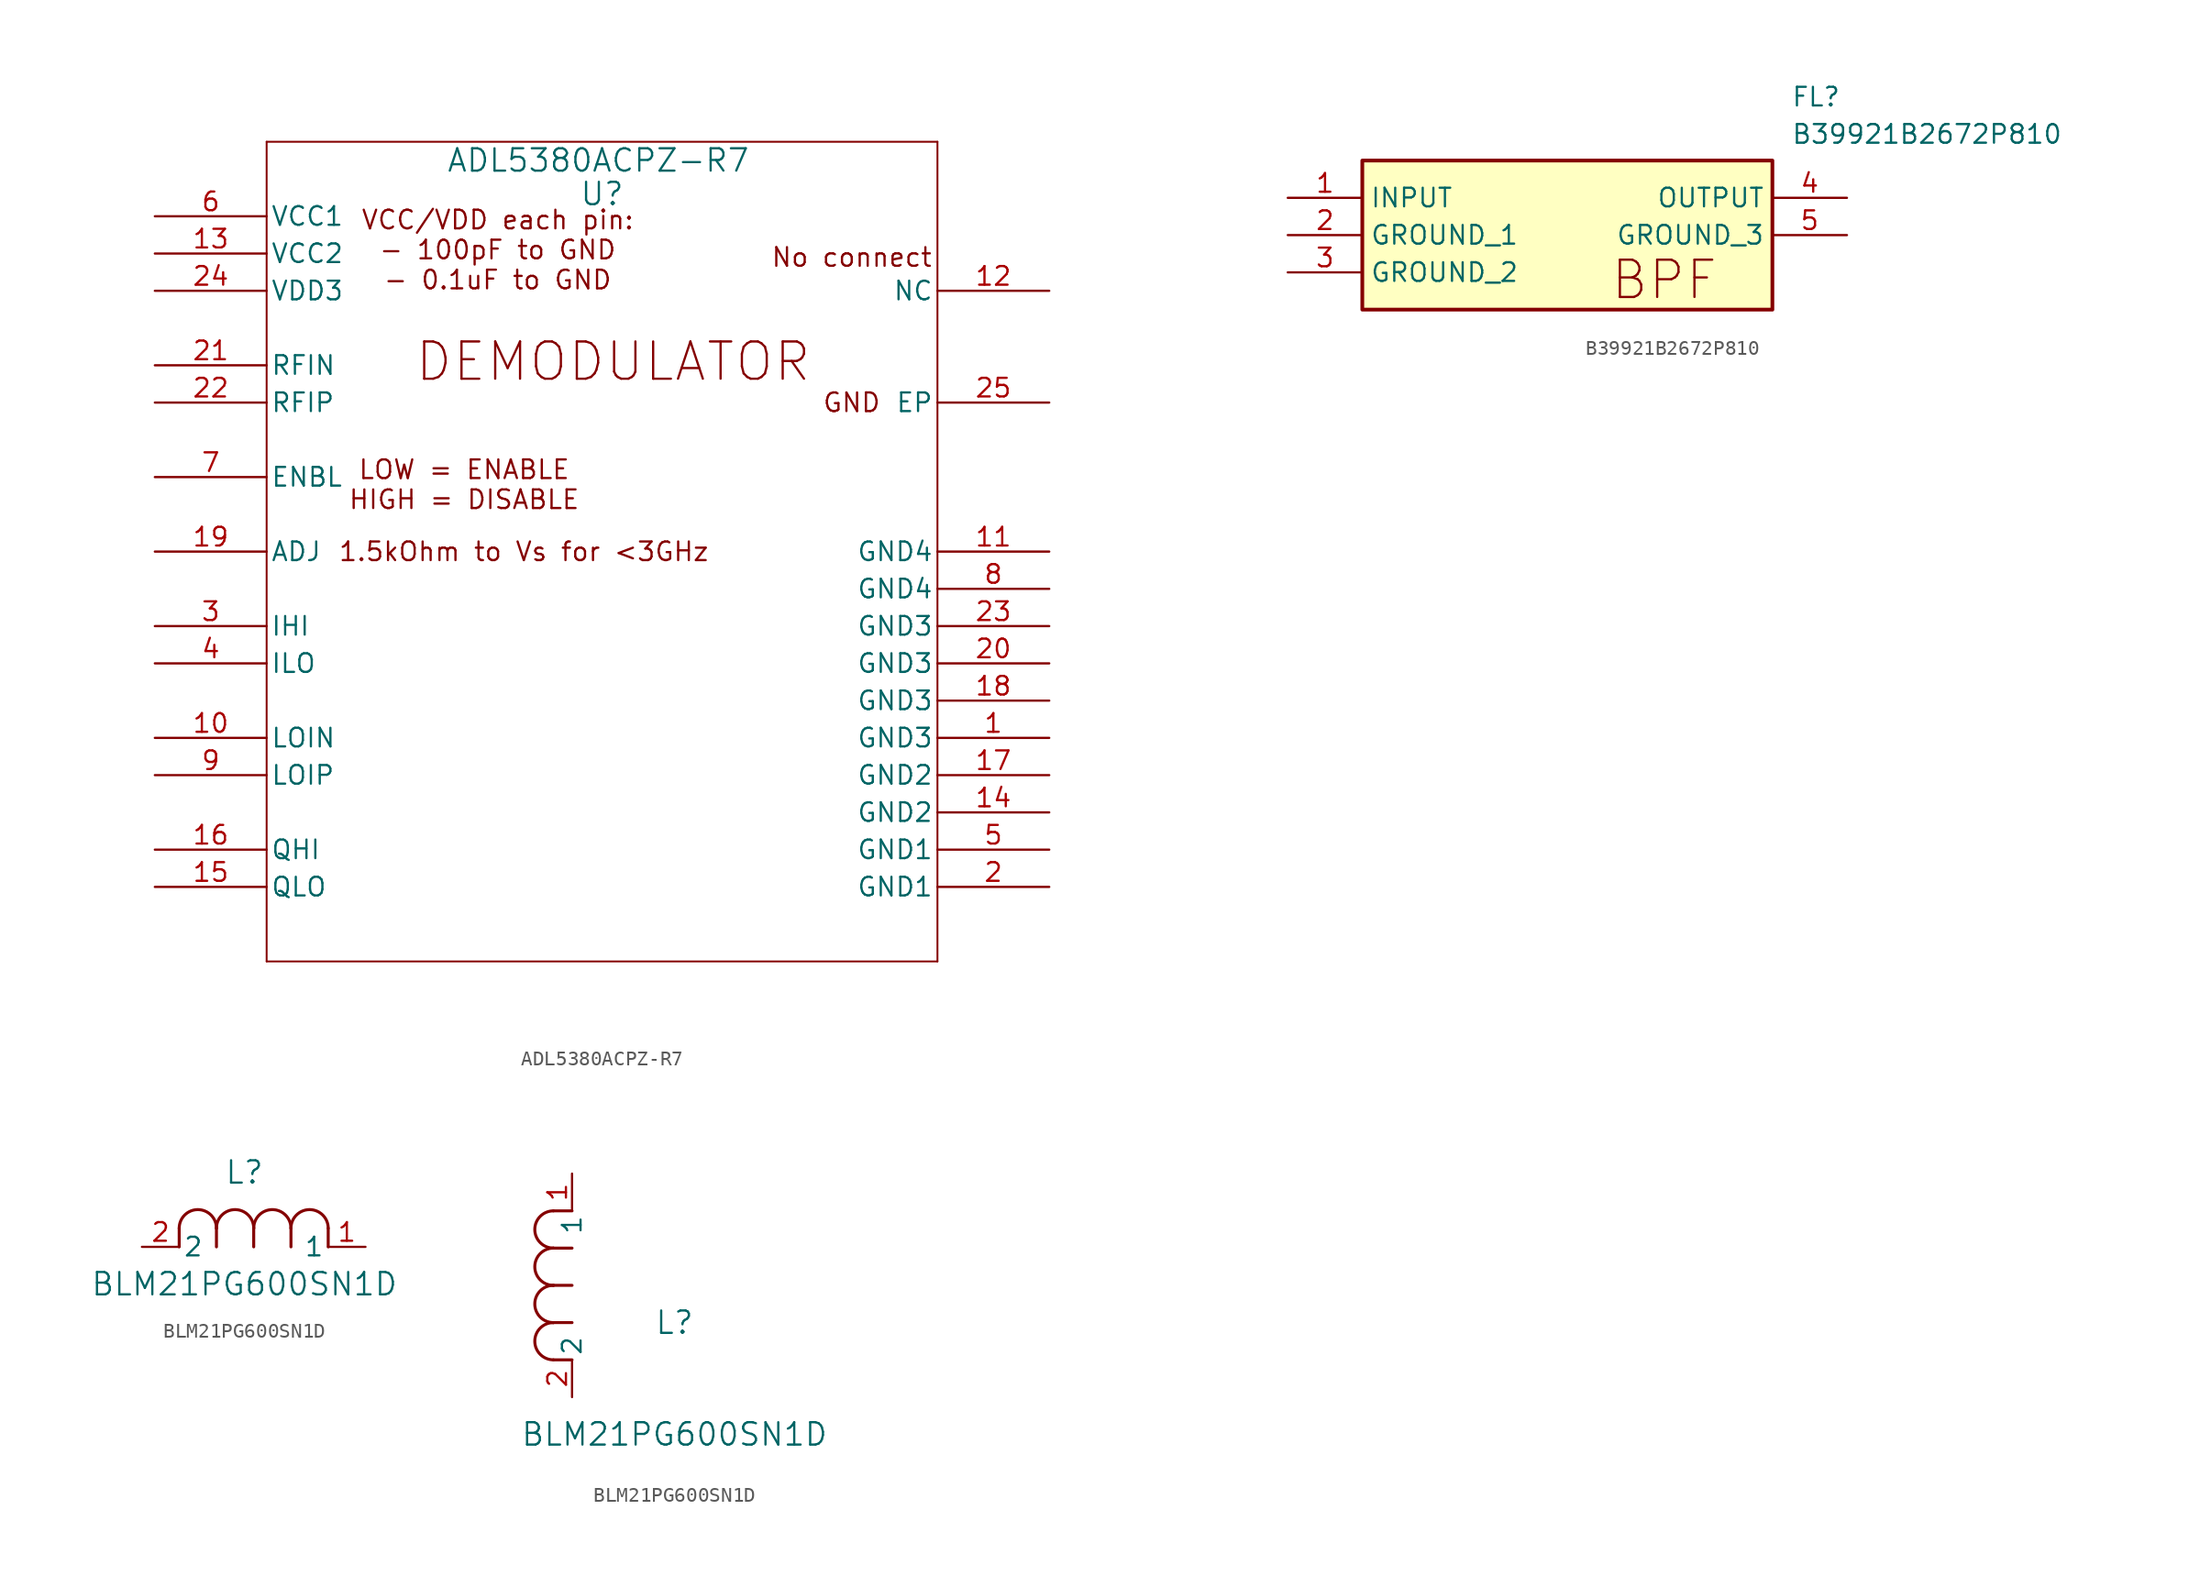
<source format=kicad_sym>
(kicad_symbol_lib
  (version 20241209)
  (generator "kicad_symbol_editor")
  (generator_version "9.0")
  (symbol "ADL5380ACPZ-R7"
    (pin_names
      (offset 0.254))
    (property "Reference" "U"
      (at 30.48 1.524 0)
      (effects (font (size 1.524 1.524))))
    (property "Value" "ADL5380ACPZ-R7"
      (at 30.226 3.81 0)
      (effects (font (size 1.524 1.524))))
    (property "ki_locked" ""
      (at 0 0 0)
      (effects (font (size 1.27 1.27))))
    (symbol "ADL5380ACPZ-R7_0_1"
      (polyline (pts (xy 7.62 5.08) (xy 7.62 -50.8)) (stroke (width 0.127) (type default)) (fill (type none)))
      (polyline (pts (xy 7.62 -50.8) (xy 53.34 -50.8)) (stroke (width 0.127) (type default)) (fill (type none)))
      (polyline (pts (xy 53.34 5.08) (xy 7.62 5.08)) (stroke (width 0.127) (type default)) (fill (type none)))
      (polyline (pts (xy 53.34 -50.8) (xy 53.34 5.08)) (stroke (width 0.127) (type default)) (fill (type none)))
      (pin unspecified line (at 0 0 0) (length 7.62) (name "VCC1" (effects (font (size 1.27 1.27)))) (number "6" (effects (font (size 1.27 1.27)))))
      (pin unspecified line (at 0 -2.54 0) (length 7.62) (name "VCC2" (effects (font (size 1.27 1.27)))) (number "13" (effects (font (size 1.27 1.27)))))
      (pin unspecified line (at 0 -5.08 0) (length 7.62) (name "VDD3" (effects (font (size 1.27 1.27)))) (number "24" (effects (font (size 1.27 1.27)))))
      (pin unspecified line (at 0 -17.78 0) (length 7.62) (name "ENBL" (effects (font (size 1.27 1.27)))) (number "7" (effects (font (size 1.27 1.27)))))
      (pin unspecified line (at 0 -22.86 0) (length 7.62) (name "ADJ" (effects (font (size 1.27 1.27)))) (number "19" (effects (font (size 1.27 1.27)))))
      (pin unspecified line (at 0 -27.94 0) (length 7.62) (name "IHI" (effects (font (size 1.27 1.27)))) (number "3" (effects (font (size 1.27 1.27)))))
      (pin unspecified line (at 0 -30.48 0) (length 7.62) (name "ILO" (effects (font (size 1.27 1.27)))) (number "4" (effects (font (size 1.27 1.27)))))
      (pin unspecified line (at 0 -35.56 0) (length 7.62) (name "LOIN" (effects (font (size 1.27 1.27)))) (number "10" (effects (font (size 1.27 1.27)))))
      (pin unspecified line (at 0 -38.1 0) (length 7.62) (name "LOIP" (effects (font (size 1.27 1.27)))) (number "9" (effects (font (size 1.27 1.27)))))
      (pin unspecified line (at 0 -43.18 0) (length 7.62) (name "QHI" (effects (font (size 1.27 1.27)))) (number "16" (effects (font (size 1.27 1.27)))))
      (pin unspecified line (at 0 -45.72 0) (length 7.62) (name "QLO" (effects (font (size 1.27 1.27)))) (number "15" (effects (font (size 1.27 1.27)))))
      (pin unspecified line (at 60.96 -5.08 180) (length 7.62) (name "NC" (effects (font (size 1.27 1.27)))) (number "12" (effects (font (size 1.27 1.27)))))
      (pin unspecified line (at 60.96 -12.7 180) (length 7.62) (name "EP" (effects (font (size 1.27 1.27)))) (number "25" (effects (font (size 1.27 1.27)))))
      (pin unspecified line (at 60.96 -22.86 180) (length 7.62) (name "GND4" (effects (font (size 1.27 1.27)))) (number "11" (effects (font (size 1.27 1.27)))))
      (pin unspecified line (at 60.96 -25.4 180) (length 7.62) (name "GND4" (effects (font (size 1.27 1.27)))) (number "8" (effects (font (size 1.27 1.27)))))
      (pin unspecified line (at 60.96 -27.94 180) (length 7.62) (name "GND3" (effects (font (size 1.27 1.27)))) (number "23" (effects (font (size 1.27 1.27)))))
      (pin unspecified line (at 60.96 -30.48 180) (length 7.62) (name "GND3" (effects (font (size 1.27 1.27)))) (number "20" (effects (font (size 1.27 1.27)))))
      (pin unspecified line (at 60.96 -33.02 180) (length 7.62) (name "GND3" (effects (font (size 1.27 1.27)))) (number "18" (effects (font (size 1.27 1.27)))))
      (pin unspecified line (at 60.96 -35.56 180) (length 7.62) (name "GND3" (effects (font (size 1.27 1.27)))) (number "1" (effects (font (size 1.27 1.27)))))
      (pin unspecified line (at 60.96 -38.1 180) (length 7.62) (name "GND2" (effects (font (size 1.27 1.27)))) (number "17" (effects (font (size 1.27 1.27)))))
      (pin unspecified line (at 60.96 -40.64 180) (length 7.62) (name "GND2" (effects (font (size 1.27 1.27)))) (number "14" (effects (font (size 1.27 1.27)))))
      (pin unspecified line (at 60.96 -43.18 180) (length 7.62) (name "GND1" (effects (font (size 1.27 1.27)))) (number "5" (effects (font (size 1.27 1.27)))))
      (pin unspecified line (at 60.96 -45.72 180) (length 7.62) (name "GND1" (effects (font (size 1.27 1.27)))) (number "2" (effects (font (size 1.27 1.27))))))
    (symbol "ADL5380ACPZ-R7_1_1"
      (text "LOW = ENABLE\nHIGH = DISABLE" (at 21.082 -18.288 0) (effects (font (size 1.27 1.27))))
      (text "VCC/VDD each pin:\n- 100pF to GND\n- 0.1uF to GND" (at 23.368 -2.286 0) (effects (font (size 1.27 1.27))))
      (text "1.5kOhm to Vs for <3GHz" (at 25.146 -22.86 0) (effects (font (size 1.27 1.27))))
      (text "DEMODULATOR" (at 31.242 -9.906 0) (effects (font (size 2.54 2.54))))
      (text "No connect" (at 47.498 -2.794 0) (effects (font (size 1.27 1.27))))
      (text "GND" (at 47.498 -12.7 0) (effects (font (size 1.27 1.27))))
      (pin unspecified line (at 0 -10.16 0) (length 7.62) (name "RFIN" (effects (font (size 1.27 1.27)))) (number "21" (effects (font (size 1.27 1.27)))))
      (pin unspecified line (at 0 -12.7 0) (length 7.62) (name "RFIP" (effects (font (size 1.27 1.27)))) (number "22" (effects (font (size 1.27 1.27)))))))
  (symbol "B39921B2672P810"
    (property "Reference" "FL"
      (at 34.29 7.62 0)
      (effects (font (size 1.27 1.27)) (justify left top)))
    (property "Value" "B39921B2672P810"
      (at 34.29 5.08 0)
      (effects (font (size 1.27 1.27)) (justify left top)))
    (symbol "B39921B2672P810_1_1"
      (rectangle (start 5.08 2.54) (end 33.02 -7.62) (stroke (width 0.254) (type default)) (fill (type background)))
      (text "BPF" (at 25.654 -5.588 0) (effects (font (size 2.54 2.54))))
      (pin passive line (at 0 0 0) (length 5.08) (name "INPUT" (effects (font (size 1.27 1.27)))) (number "1" (effects (font (size 1.27 1.27)))))
      (pin passive line (at 0 -2.54 0) (length 5.08) (name "GROUND_1" (effects (font (size 1.27 1.27)))) (number "2" (effects (font (size 1.27 1.27)))))
      (pin passive line (at 0 -5.08 0) (length 5.08) (name "GROUND_2" (effects (font (size 1.27 1.27)))) (number "3" (effects (font (size 1.27 1.27)))))
      (pin passive line (at 38.1 0 180) (length 5.08) (name "OUTPUT" (effects (font (size 1.27 1.27)))) (number "4" (effects (font (size 1.27 1.27)))))
      (pin passive line (at 38.1 -2.54 180) (length 5.08) (name "GROUND_3" (effects (font (size 1.27 1.27)))) (number "5" (effects (font (size 1.27 1.27)))))))
  (symbol "BLM21PG600SN1D"
    (pin_names
      (offset 0.254))
    (property "Reference" "L"
      (at 6.985 5.08 0)
      (effects (font (size 1.524 1.524))))
    (property "Value" "BLM21PG600SN1D"
      (at 6.985 -2.54 0)
      (effects (font (size 1.524 1.524))))
    (symbol "BLM21PG600SN1D_1_1"
      (polyline (pts (xy 2.54 0) (xy 2.54 1.27)) (stroke (width 0.203) (type default)) (fill (type none)))
      (arc (start 2.54 1.27) (mid 3.81 2.5344) (end 5.08 1.27) (stroke (width 0.2032) (type default)) (fill (type none)))
      (polyline (pts (xy 5.08 0) (xy 5.08 1.27)) (stroke (width 0.203) (type default)) (fill (type none)))
      (arc (start 5.08 1.27) (mid 6.35 2.5344) (end 7.62 1.27) (stroke (width 0.2032) (type default)) (fill (type none)))
      (polyline (pts (xy 7.62 0) (xy 7.62 1.27)) (stroke (width 0.203) (type default)) (fill (type none)))
      (arc (start 7.62 1.27) (mid 8.89 2.5344) (end 10.16 1.27) (stroke (width 0.2032) (type default)) (fill (type none)))
      (polyline (pts (xy 10.16 0) (xy 10.16 1.27)) (stroke (width 0.203) (type default)) (fill (type none)))
      (arc (start 10.16 1.27) (mid 11.43 2.5344) (end 12.7 1.27) (stroke (width 0.2032) (type default)) (fill (type none)))
      (polyline (pts (xy 12.7 0) (xy 12.7 1.27)) (stroke (width 0.203) (type default)) (fill (type none)))
      (pin unspecified line (at 0 0 0) (length 2.54) (name "2" (effects (font (size 1.27 1.27)))) (number "2" (effects (font (size 1.27 1.27)))))
      (pin unspecified line (at 15.24 0 180) (length 2.54) (name "1" (effects (font (size 1.27 1.27)))) (number "1" (effects (font (size 1.27 1.27))))))
    (symbol "BLM21PG600SN1D_1_2"
      (arc (start -1.27 10.16) (mid -2.5344 11.43) (end -1.27 12.7) (stroke (width 0.2032) (type default)) (fill (type none)))
      (arc (start -1.27 7.62) (mid -2.5344 8.89) (end -1.27 10.16) (stroke (width 0.2032) (type default)) (fill (type none)))
      (arc (start -1.27 5.08) (mid -2.5344 6.35) (end -1.27 7.62) (stroke (width 0.2032) (type default)) (fill (type none)))
      (arc (start -1.27 2.54) (mid -2.5344 3.81) (end -1.27 5.08) (stroke (width 0.2032) (type default)) (fill (type none)))
      (polyline (pts (xy 0 12.7) (xy -1.27 12.7)) (stroke (width 0.203) (type default)) (fill (type none)))
      (polyline (pts (xy 0 10.16) (xy -1.27 10.16)) (stroke (width 0.203) (type default)) (fill (type none)))
      (polyline (pts (xy 0 7.62) (xy -1.27 7.62)) (stroke (width 0.203) (type default)) (fill (type none)))
      (polyline (pts (xy 0 5.08) (xy -1.27 5.08)) (stroke (width 0.203) (type default)) (fill (type none)))
      (polyline (pts (xy 0 2.54) (xy -1.27 2.54)) (stroke (width 0.203) (type default)) (fill (type none)))
      (pin unspecified line (at 0 15.24 270) (length 2.54) (name "1" (effects (font (size 1.27 1.27)))) (number "1" (effects (font (size 1.27 1.27)))))
      (pin unspecified line (at 0 0 90) (length 2.54) (name "2" (effects (font (size 1.27 1.27)))) (number "2" (effects (font (size 1.27 1.27))))))))
</source>
